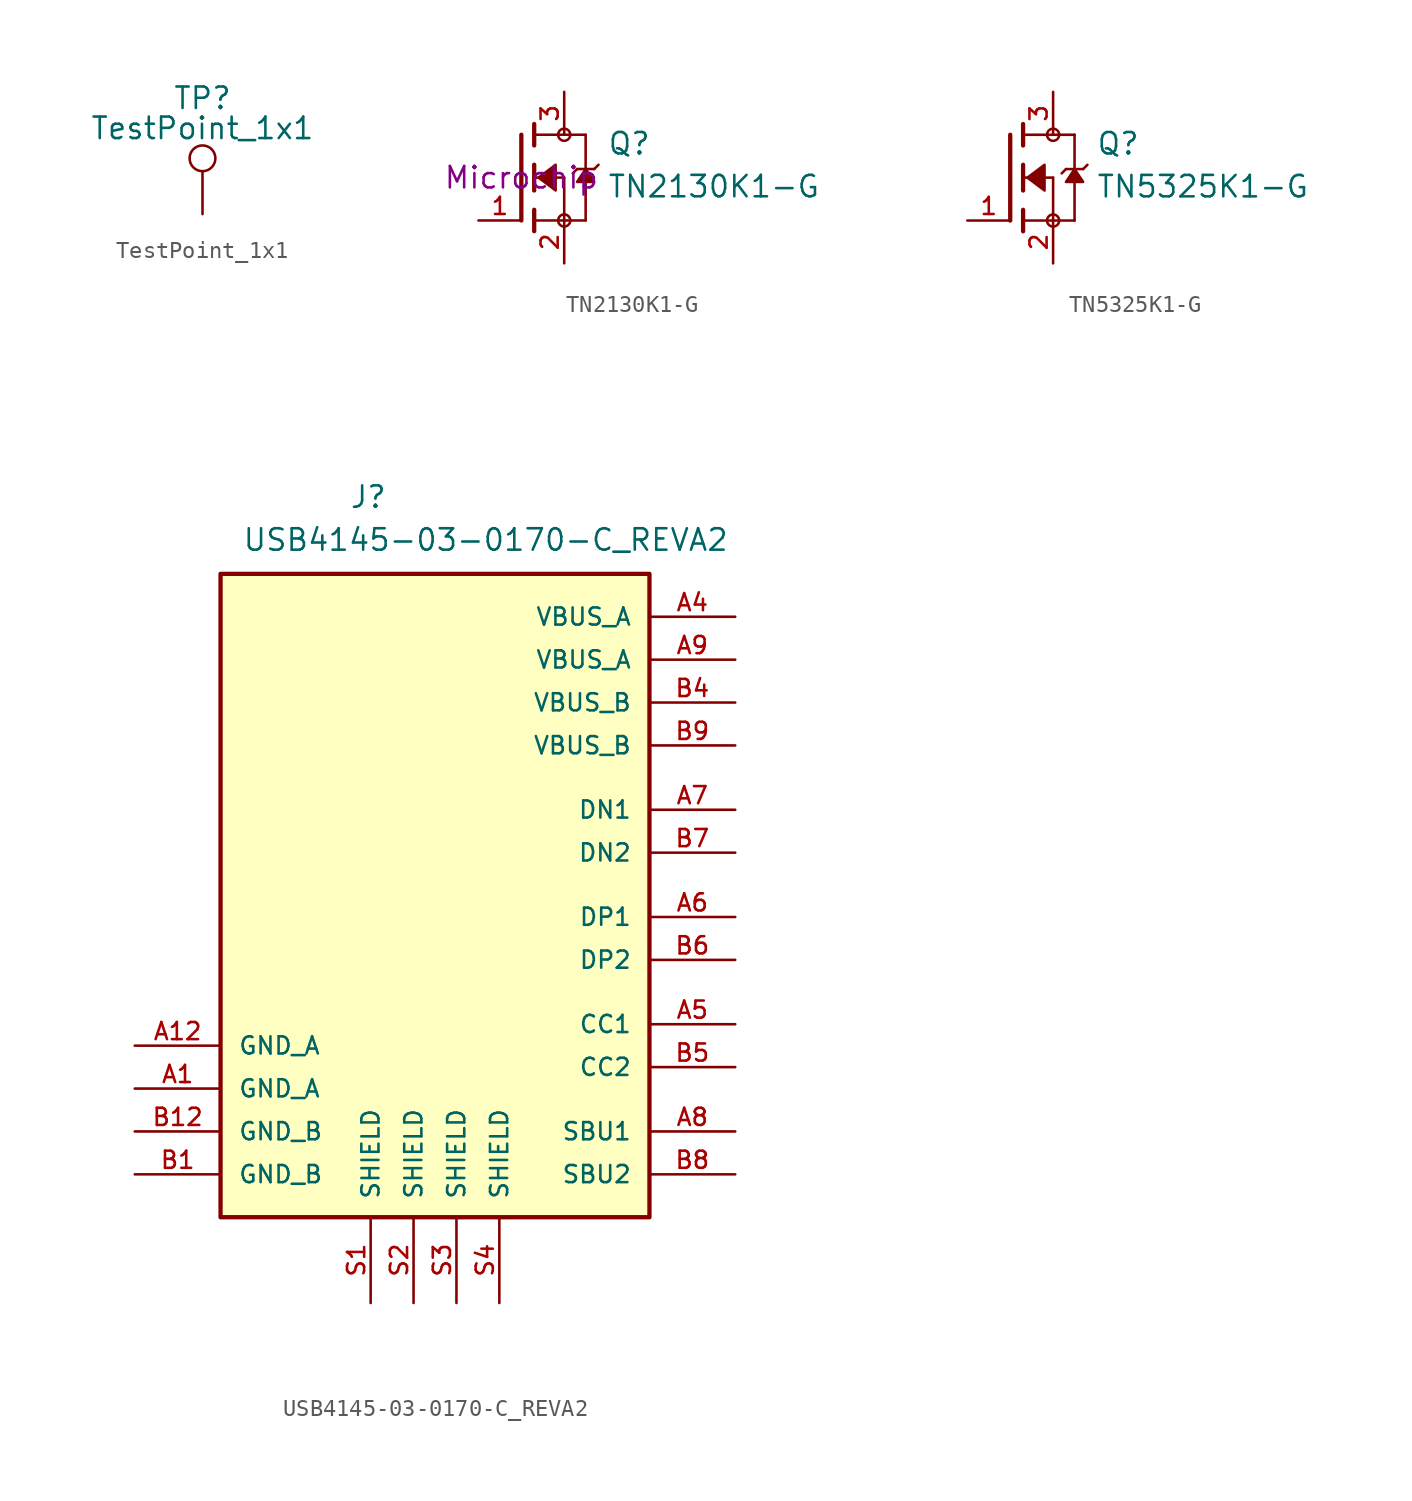
<source format=kicad_sym>
(kicad_symbol_lib
  (version 20220914)
  (generator kicad_symbol_editor)
  (symbol "TestPoint_1x1"
    (pin_numbers hide)
    (pin_names
      (offset 0.762) hide)
    (property "Reference" "TP"
      (at 0 6.858 0)
      (effects (font (size 1.27 1.27))))
    (property "Value" "TestPoint_1x1"
      (at 0 5.08 0)
      (effects (font (size 1.27 1.27))))
    (symbol "TestPoint_1x1_0_1"
      (circle (center 0 3.302) (radius 0.762) (stroke (width 0) (type default)) (fill (type none))))
    (symbol "TestPoint_1x1_1_1"
      (pin passive line (at 0 0 90) (length 2.54) (name "1" (effects (font (size 1.27 1.27)))) (number "1" (effects (font (size 1.27 1.27)))))))
  (symbol "TN2130K1-G"
    (pin_names
      (offset 1.016))
    (property "Reference" "Q"
      (at 5.08 1.27 0)
      (effects (font (size 1.27 1.27)) (justify left bottom)))
    (property "Value" "TN2130K1-G\n"
      (at 5.08 -1.27 0)
      (effects (font (size 1.27 1.27)) (justify left bottom)))
    (property "Manufacturer" "Microchip"
      (at 0 0 0)
      (effects (font (size 1.27 1.27))))
    (symbol "TN2130K1-G_0_0"
      (polyline (pts (xy 0 2.54) (xy 0 -2.54)) (stroke (width 0.254) (type default)) (fill (type none)))
      (polyline (pts (xy 0.762 -2.54) (xy 0.762 -3.175)) (stroke (width 0.254) (type default)) (fill (type none)))
      (polyline (pts (xy 0.762 -1.905) (xy 0.762 -2.54)) (stroke (width 0.254) (type default)) (fill (type none)))
      (polyline (pts (xy 0.762 0) (xy 0.762 -0.762)) (stroke (width 0.254) (type default)) (fill (type none)))
      (polyline (pts (xy 0.762 0) (xy 2.54 0)) (stroke (width 0.152) (type default)) (fill (type none)))
      (polyline (pts (xy 0.762 0.762) (xy 0.762 0)) (stroke (width 0.254) (type default)) (fill (type none)))
      (polyline (pts (xy 0.762 2.54) (xy 0.762 1.905)) (stroke (width 0.254) (type default)) (fill (type none)))
      (polyline (pts (xy 0.762 2.54) (xy 3.81 2.54)) (stroke (width 0.152) (type default)) (fill (type none)))
      (polyline (pts (xy 0.762 3.175) (xy 0.762 2.54)) (stroke (width 0.254) (type default)) (fill (type none)))
      (polyline (pts (xy 2.54 -2.54) (xy 0.762 -2.54)) (stroke (width 0.152) (type default)) (fill (type none)))
      (polyline (pts (xy 2.54 -2.54) (xy 3.81 -2.54)) (stroke (width 0.152) (type default)) (fill (type none)))
      (polyline (pts (xy 2.54 0) (xy 2.54 -2.54)) (stroke (width 0.152) (type default)) (fill (type none)))
      (polyline (pts (xy 3.302 0.508) (xy 3.048 0.254)) (stroke (width 0.152) (type default)) (fill (type none)))
      (polyline (pts (xy 3.81 0.508) (xy 3.302 0.508)) (stroke (width 0.152) (type default)) (fill (type none)))
      (polyline (pts (xy 3.81 0.508) (xy 3.81 -2.54)) (stroke (width 0.152) (type default)) (fill (type none)))
      (polyline (pts (xy 3.81 2.54) (xy 3.81 0.508)) (stroke (width 0.152) (type default)) (fill (type none)))
      (polyline (pts (xy 4.318 0.508) (xy 3.81 0.508)) (stroke (width 0.152) (type default)) (fill (type none)))
      (polyline (pts (xy 4.572 0.762) (xy 4.318 0.508)) (stroke (width 0.152) (type default)) (fill (type none)))
      (polyline (pts (xy 1.016 0) (xy 2.032 0.762) (xy 2.032 -0.762) (xy 1.016 0)) (stroke (width 0.152) (type default)) (fill (type outline)))
      (polyline (pts (xy 3.81 0.508) (xy 3.302 -0.254) (xy 4.318 -0.254) (xy 3.81 0.508)) (stroke (width 0.152) (type default)) (fill (type outline)))
      (circle (center 2.54 -2.54) (radius 0.359) (stroke (width 0) (type default)) (fill (type none)))
      (circle (center 2.54 2.54) (radius 0.359) (stroke (width 0) (type default)) (fill (type none)))
      (pin passive line (at -2.54 -2.54 0) (length 2.54) (name "~" (effects (font (size 1.016 1.016)))) (number "1" (effects (font (size 1.016 1.016)))))
      (pin passive line (at 2.54 -5.08 90) (length 2.54) (name "~" (effects (font (size 1.016 1.016)))) (number "2" (effects (font (size 1.016 1.016)))))
      (pin passive line (at 2.54 5.08 270) (length 2.54) (name "~" (effects (font (size 1.016 1.016)))) (number "3" (effects (font (size 1.016 1.016)))))))
  (symbol "TN5325K1-G"
    (pin_names
      (offset 1.016))
    (property "Reference" "Q"
      (at 5.08 1.27 0)
      (effects (font (size 1.27 1.27)) (justify left bottom)))
    (property "Value" "TN5325K1-G\n"
      (at 5.08 -1.27 0)
      (effects (font (size 1.27 1.27)) (justify left bottom)))
    (symbol "TN5325K1-G_0_0"
      (polyline (pts (xy 0 2.54) (xy 0 -2.54)) (stroke (width 0.254) (type default)) (fill (type none)))
      (polyline (pts (xy 0.762 -2.54) (xy 0.762 -3.175)) (stroke (width 0.254) (type default)) (fill (type none)))
      (polyline (pts (xy 0.762 -1.905) (xy 0.762 -2.54)) (stroke (width 0.254) (type default)) (fill (type none)))
      (polyline (pts (xy 0.762 0) (xy 0.762 -0.762)) (stroke (width 0.254) (type default)) (fill (type none)))
      (polyline (pts (xy 0.762 0) (xy 2.54 0)) (stroke (width 0.152) (type default)) (fill (type none)))
      (polyline (pts (xy 0.762 0.762) (xy 0.762 0)) (stroke (width 0.254) (type default)) (fill (type none)))
      (polyline (pts (xy 0.762 2.54) (xy 0.762 1.905)) (stroke (width 0.254) (type default)) (fill (type none)))
      (polyline (pts (xy 0.762 2.54) (xy 3.81 2.54)) (stroke (width 0.152) (type default)) (fill (type none)))
      (polyline (pts (xy 0.762 3.175) (xy 0.762 2.54)) (stroke (width 0.254) (type default)) (fill (type none)))
      (polyline (pts (xy 2.54 -2.54) (xy 0.762 -2.54)) (stroke (width 0.152) (type default)) (fill (type none)))
      (polyline (pts (xy 2.54 -2.54) (xy 3.81 -2.54)) (stroke (width 0.152) (type default)) (fill (type none)))
      (polyline (pts (xy 2.54 0) (xy 2.54 -2.54)) (stroke (width 0.152) (type default)) (fill (type none)))
      (polyline (pts (xy 3.302 0.508) (xy 3.048 0.254)) (stroke (width 0.152) (type default)) (fill (type none)))
      (polyline (pts (xy 3.81 0.508) (xy 3.302 0.508)) (stroke (width 0.152) (type default)) (fill (type none)))
      (polyline (pts (xy 3.81 0.508) (xy 3.81 -2.54)) (stroke (width 0.152) (type default)) (fill (type none)))
      (polyline (pts (xy 3.81 2.54) (xy 3.81 0.508)) (stroke (width 0.152) (type default)) (fill (type none)))
      (polyline (pts (xy 4.318 0.508) (xy 3.81 0.508)) (stroke (width 0.152) (type default)) (fill (type none)))
      (polyline (pts (xy 4.572 0.762) (xy 4.318 0.508)) (stroke (width 0.152) (type default)) (fill (type none)))
      (polyline (pts (xy 1.016 0) (xy 2.032 0.762) (xy 2.032 -0.762) (xy 1.016 0)) (stroke (width 0.152) (type default)) (fill (type outline)))
      (polyline (pts (xy 3.81 0.508) (xy 3.302 -0.254) (xy 4.318 -0.254) (xy 3.81 0.508)) (stroke (width 0.152) (type default)) (fill (type outline)))
      (circle (center 2.54 -2.54) (radius 0.359) (stroke (width 0) (type default)) (fill (type none)))
      (circle (center 2.54 2.54) (radius 0.359) (stroke (width 0) (type default)) (fill (type none)))
      (pin passive line (at -2.54 -2.54 0) (length 2.54) (name "~" (effects (font (size 1.016 1.016)))) (number "1" (effects (font (size 1.016 1.016)))))
      (pin passive line (at 2.54 -5.08 90) (length 2.54) (name "~" (effects (font (size 1.016 1.016)))) (number "2" (effects (font (size 1.016 1.016)))))
      (pin passive line (at 2.54 5.08 270) (length 2.54) (name "~" (effects (font (size 1.016 1.016)))) (number "3" (effects (font (size 1.016 1.016)))))))
  (symbol "USB4145-03-0170-C_REVA2"
    (pin_names
      (offset 1.016))
    (property "Reference" "J"
      (at -5.08 29.21 0)
      (effects (font (size 1.27 1.27)) (justify left bottom)))
    (property "Value" "USB4145-03-0170-C_REVA2"
      (at -11.43 26.67 0)
      (effects (font (size 1.27 1.27)) (justify left bottom)))
    (symbol "USB4145-03-0170-C_REVA2_0_0"
      (rectangle (start -12.7 25.4) (end 12.7 -12.7) (stroke (width 0.254) (type default)) (fill (type background)))
      (pin power_in line (at -17.78 -5.08 0) (length 5.08) (name "GND_A" (effects (font (size 1.016 1.016)))) (number "A1" (effects (font (size 1.016 1.016)))))
      (pin power_in line (at -17.78 -2.54 0) (length 5.08) (name "GND_A" (effects (font (size 1.016 1.016)))) (number "A12" (effects (font (size 1.016 1.016)))))
      (pin power_in line (at 17.78 22.86 180) (length 5.08) (name "VBUS_A" (effects (font (size 1.016 1.016)))) (number "A4" (effects (font (size 1.016 1.016)))))
      (pin bidirectional line (at 17.78 -1.27 180) (length 5.08) (name "CC1" (effects (font (size 1.016 1.016)))) (number "A5" (effects (font (size 1.016 1.016)))))
      (pin bidirectional line (at 17.78 5.08 180) (length 5.08) (name "DP1" (effects (font (size 1.016 1.016)))) (number "A6" (effects (font (size 1.016 1.016)))))
      (pin bidirectional line (at 17.78 11.43 180) (length 5.08) (name "DN1" (effects (font (size 1.016 1.016)))) (number "A7" (effects (font (size 1.016 1.016)))))
      (pin bidirectional line (at 17.78 -7.62 180) (length 5.08) (name "SBU1" (effects (font (size 1.016 1.016)))) (number "A8" (effects (font (size 1.016 1.016)))))
      (pin power_in line (at 17.78 20.32 180) (length 5.08) (name "VBUS_A" (effects (font (size 1.016 1.016)))) (number "A9" (effects (font (size 1.016 1.016)))))
      (pin power_in line (at -17.78 -10.16 0) (length 5.08) (name "GND_B" (effects (font (size 1.016 1.016)))) (number "B1" (effects (font (size 1.016 1.016)))))
      (pin power_in line (at -17.78 -7.62 0) (length 5.08) (name "GND_B" (effects (font (size 1.016 1.016)))) (number "B12" (effects (font (size 1.016 1.016)))))
      (pin power_in line (at 17.78 17.78 180) (length 5.08) (name "VBUS_B" (effects (font (size 1.016 1.016)))) (number "B4" (effects (font (size 1.016 1.016)))))
      (pin bidirectional line (at 17.78 -3.81 180) (length 5.08) (name "CC2" (effects (font (size 1.016 1.016)))) (number "B5" (effects (font (size 1.016 1.016)))))
      (pin bidirectional line (at 17.78 2.54 180) (length 5.08) (name "DP2" (effects (font (size 1.016 1.016)))) (number "B6" (effects (font (size 1.016 1.016)))))
      (pin bidirectional line (at 17.78 8.89 180) (length 5.08) (name "DN2" (effects (font (size 1.016 1.016)))) (number "B7" (effects (font (size 1.016 1.016)))))
      (pin bidirectional line (at 17.78 -10.16 180) (length 5.08) (name "SBU2" (effects (font (size 1.016 1.016)))) (number "B8" (effects (font (size 1.016 1.016)))))
      (pin power_in line (at 17.78 15.24 180) (length 5.08) (name "VBUS_B" (effects (font (size 1.016 1.016)))) (number "B9" (effects (font (size 1.016 1.016)))))
      (pin passive line (at -3.81 -17.78 90) (length 5.08) (name "SHIELD" (effects (font (size 1.016 1.016)))) (number "S1" (effects (font (size 1.016 1.016)))))
      (pin passive line (at -1.27 -17.78 90) (length 5.08) (name "SHIELD" (effects (font (size 1.016 1.016)))) (number "S2" (effects (font (size 1.016 1.016)))))
      (pin passive line (at 1.27 -17.78 90) (length 5.08) (name "SHIELD" (effects (font (size 1.016 1.016)))) (number "S3" (effects (font (size 1.016 1.016)))))
      (pin passive line (at 3.81 -17.78 90) (length 5.08) (name "SHIELD" (effects (font (size 1.016 1.016)))) (number "S4" (effects (font (size 1.016 1.016))))))))
</source>
